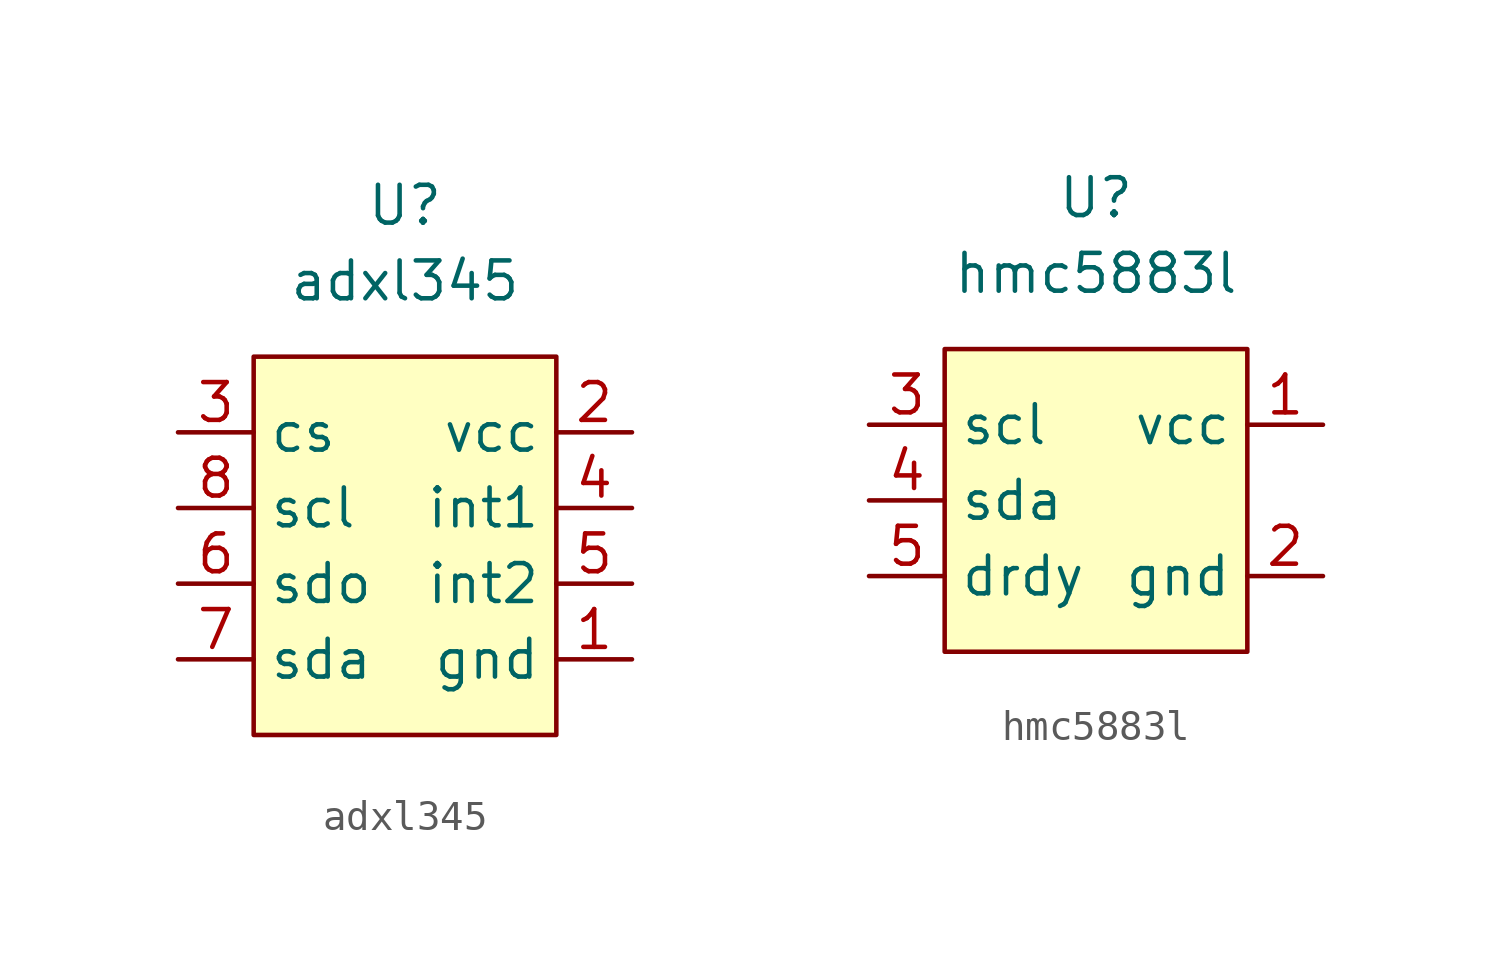
<source format=kicad_sym>
(kicad_symbol_lib
  (version 20211014)
  (generator kicad_symbol_editor)
  (symbol "adxl345"
    (property "Reference" "U"
      (at 0 2.54 0)
      (effects (font (size 1.27 1.27))))
    (property "Value" "adxl345"
      (at 0 0 0)
      (effects (font (size 1.27 1.27))))
    (symbol "adxl345_0_1"
      (rectangle (start -5.08 -2.54) (end 5.08 -15.24) (stroke (width 0) (type default) (color 0 0 0 0)) (fill (type background))))
    (symbol "adxl345_1_1"
      (pin power_in line (at 7.62 -12.7 180) (length 2.54) (name "gnd" (effects (font (size 1.27 1.27)))) (number "1" (effects (font (size 1.27 1.27)))))
      (pin power_in line (at 7.62 -5.08 180) (length 2.54) (name "vcc" (effects (font (size 1.27 1.27)))) (number "2" (effects (font (size 1.27 1.27)))))
      (pin input line (at -7.62 -5.08 0) (length 2.54) (name "cs" (effects (font (size 1.27 1.27)))) (number "3" (effects (font (size 1.27 1.27)))))
      (pin bidirectional line (at 7.62 -7.62 180) (length 2.54) (name "int1" (effects (font (size 1.27 1.27)))) (number "4" (effects (font (size 1.27 1.27)))))
      (pin bidirectional line (at 7.62 -10.16 180) (length 2.54) (name "int2" (effects (font (size 1.27 1.27)))) (number "5" (effects (font (size 1.27 1.27)))))
      (pin output line (at -7.62 -10.16 0) (length 2.54) (name "sdo" (effects (font (size 1.27 1.27)))) (number "6" (effects (font (size 1.27 1.27)))))
      (pin input line (at -7.62 -12.7 0) (length 2.54) (name "sda" (effects (font (size 1.27 1.27)))) (number "7" (effects (font (size 1.27 1.27)))))
      (pin input line (at -7.62 -7.62 0) (length 2.54) (name "scl" (effects (font (size 1.27 1.27)))) (number "8" (effects (font (size 1.27 1.27)))))))
  (symbol "hmc5883l"
    (property "Reference" "U"
      (at 0 2.54 0)
      (effects (font (size 1.27 1.27))))
    (property "Value" "hmc5883l"
      (at 0 0 0)
      (effects (font (size 1.27 1.27))))
    (symbol "hmc5883l_0_1"
      (rectangle (start -5.08 -2.54) (end 5.08 -12.7) (stroke (width 0) (type default) (color 0 0 0 0)) (fill (type background))))
    (symbol "hmc5883l_1_1"
      (pin power_in line (at 7.62 -5.08 180) (length 2.54) (name "vcc" (effects (font (size 1.27 1.27)))) (number "1" (effects (font (size 1.27 1.27)))))
      (pin power_in line (at 7.62 -10.16 180) (length 2.54) (name "gnd" (effects (font (size 1.27 1.27)))) (number "2" (effects (font (size 1.27 1.27)))))
      (pin input line (at -7.62 -5.08 0) (length 2.54) (name "scl" (effects (font (size 1.27 1.27)))) (number "3" (effects (font (size 1.27 1.27)))))
      (pin bidirectional line (at -7.62 -7.62 0) (length 2.54) (name "sda" (effects (font (size 1.27 1.27)))) (number "4" (effects (font (size 1.27 1.27)))))
      (pin output line (at -7.62 -10.16 0) (length 2.54) (name "drdy" (effects (font (size 1.27 1.27)))) (number "5" (effects (font (size 1.27 1.27))))))))
</source>
